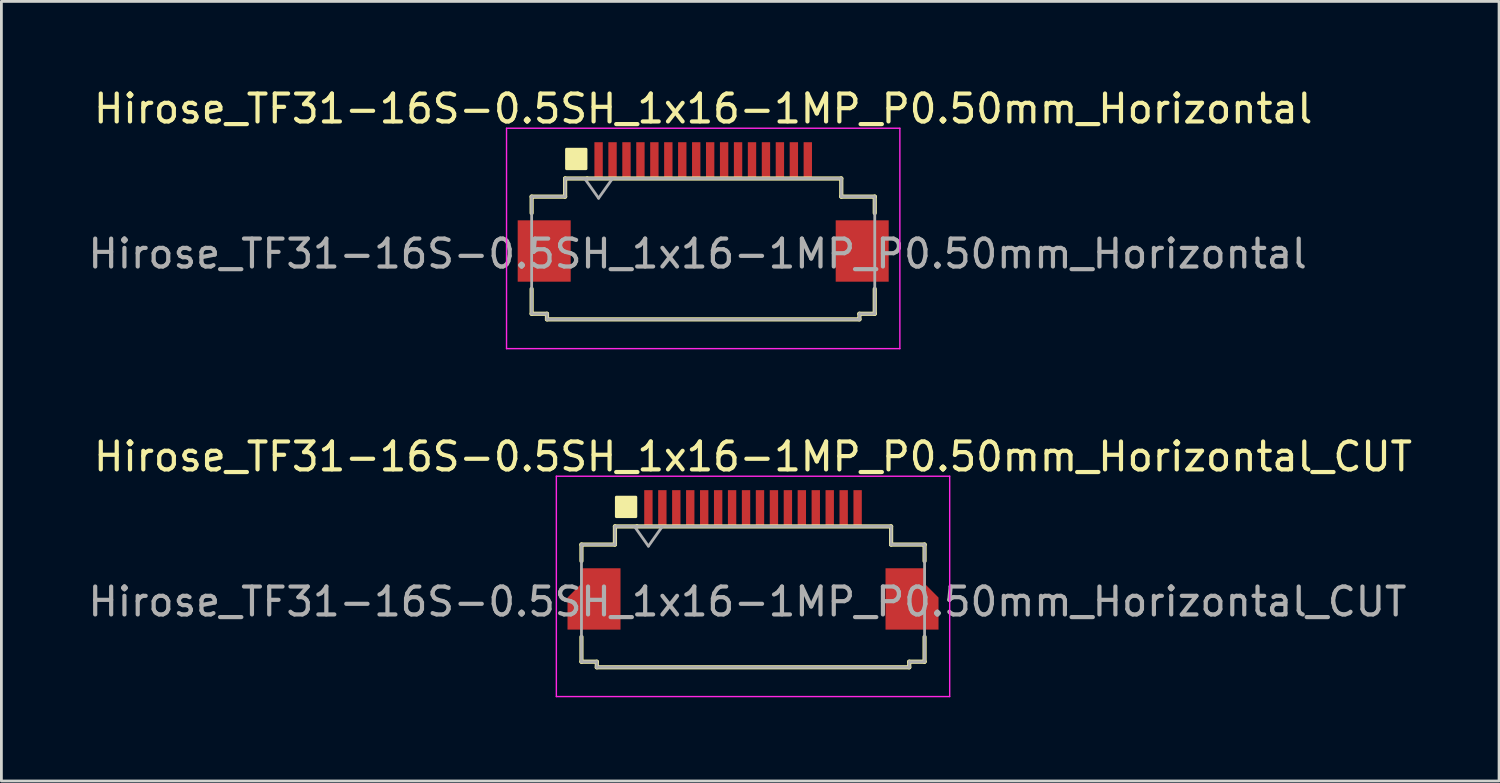
<source format=kicad_pcb>
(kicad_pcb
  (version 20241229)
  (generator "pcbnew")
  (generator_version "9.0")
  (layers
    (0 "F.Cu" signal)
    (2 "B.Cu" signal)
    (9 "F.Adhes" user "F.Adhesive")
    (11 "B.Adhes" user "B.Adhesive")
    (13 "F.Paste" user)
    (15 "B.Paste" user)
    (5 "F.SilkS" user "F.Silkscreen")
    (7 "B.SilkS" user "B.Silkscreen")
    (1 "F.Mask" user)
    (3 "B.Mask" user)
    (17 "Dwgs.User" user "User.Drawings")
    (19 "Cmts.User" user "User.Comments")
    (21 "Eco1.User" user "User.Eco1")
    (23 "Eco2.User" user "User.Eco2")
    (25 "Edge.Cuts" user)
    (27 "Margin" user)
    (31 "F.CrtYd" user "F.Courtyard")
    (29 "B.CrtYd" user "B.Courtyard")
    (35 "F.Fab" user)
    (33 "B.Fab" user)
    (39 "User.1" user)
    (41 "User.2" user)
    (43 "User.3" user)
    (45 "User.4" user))
  (footprint "Hirose_TF31-16S-0.5SH_1x16-1MP_P0.50mm_Horizontal"
    (layer "F.Cu")
    (at 22.158 4.548)
    (property "Reference" "Hirose_TF31-16S-0.5SH_1x16-1MP_P0.50mm_Horizontal" (at 0 -3.7 0) (layer "F.SilkS") (effects (font (size 1 1) (thickness 0.15))))
    (attr smd)
    (fp_line (start -6.15 -0.55) (end -6.15 0.04) (stroke (width 0.15) (type solid)) (layer "F.SilkS"))
    (fp_line (start -6.15 2.76) (end -6.15 3.65) (stroke (width 0.15) (type solid)) (layer "F.SilkS"))
    (fp_line (start -6.15 3.65) (end -5.6 3.65) (stroke (width 0.15) (type solid)) (layer "F.SilkS"))
    (fp_line (start -5.6 3.65) (end -5.6 3.85) (stroke (width 0.15) (type solid)) (layer "F.SilkS"))
    (fp_line (start -5.6 3.85) (end 5.6 3.85) (stroke (width 0.15) (type solid)) (layer "F.SilkS"))
    (fp_line (start -4.95 -1.2) (end -4.95 -0.55) (stroke (width 0.15) (type default)) (layer "F.SilkS"))
    (fp_line (start -4.95 -0.55) (end -6.15 -0.55) (stroke (width 0.15) (type default)) (layer "F.SilkS"))
    (fp_line (start -4.16 -1.2) (end -4.95 -1.2) (stroke (width 0.15) (type solid)) (layer "F.SilkS"))
    (fp_line (start -4.16 -1.2) (end 4.95 -1.2) (stroke (width 0.15) (type solid)) (layer "F.SilkS"))
    (fp_line (start 4.95 -1.2) (end 4.95 -0.55) (stroke (width 0.15) (type default)) (layer "F.SilkS"))
    (fp_line (start 4.95 -0.55) (end 6.15 -0.55) (stroke (width 0.15) (type default)) (layer "F.SilkS"))
    (fp_line (start 5.6 3.65) (end 5.6 3.85) (stroke (width 0.15) (type solid)) (layer "F.SilkS"))
    (fp_line (start 6.15 -0.55) (end 6.15 0.04) (stroke (width 0.15) (type solid)) (layer "F.SilkS"))
    (fp_line (start 6.15 2.76) (end 6.15 3.65) (stroke (width 0.15) (type solid)) (layer "F.SilkS"))
    (fp_line (start 6.15 3.65) (end 5.6 3.65) (stroke (width 0.15) (type solid)) (layer "F.SilkS"))
    (fp_rect (start -4.9 -2.25) (end -4.2 -1.55) (stroke (width 0.1) (type solid)) (fill yes) (layer "F.SilkS"))
    (fp_line (start -7.05 -3) (end -7.05 4.9) (stroke (width 0.05) (type solid)) (layer "F.CrtYd"))
    (fp_line (start -7.05 4.9) (end 7.05 4.9) (stroke (width 0.05) (type solid)) (layer "F.CrtYd"))
    (fp_line (start 7.05 -3) (end -7.05 -3) (stroke (width 0.05) (type solid)) (layer "F.CrtYd"))
    (fp_line (start 7.05 4.9) (end 7.05 -3) (stroke (width 0.05) (type solid)) (layer "F.CrtYd"))
    (fp_line (start -6.15 -0.55) (end -4.95 -0.55) (stroke (width 0.1) (type default)) (layer "F.Fab"))
    (fp_line (start -6.15 3.65) (end -6.15 -0.55) (stroke (width 0.1) (type default)) (layer "F.Fab"))
    (fp_line (start -5.6 3.65) (end -6.15 3.65) (stroke (width 0.1) (type default)) (layer "F.Fab"))
    (fp_line (start -5.6 3.85) (end -5.6 3.65) (stroke (width 0.1) (type default)) (layer "F.Fab"))
    (fp_line (start -4.95 -1.2) (end 4.95 -1.2) (stroke (width 0.1) (type default)) (layer "F.Fab"))
    (fp_line (start -4.95 -0.55) (end -4.95 -1.2) (stroke (width 0.1) (type default)) (layer "F.Fab"))
    (fp_line (start -4.25 -1.2) (end -3.75 -0.493) (stroke (width 0.1) (type solid)) (layer "F.Fab"))
    (fp_line (start -3.75 -0.493) (end -3.25 -1.2) (stroke (width 0.1) (type solid)) (layer "F.Fab"))
    (fp_line (start 4.95 -1.2) (end 4.95 -0.55) (stroke (width 0.1) (type default)) (layer "F.Fab"))
    (fp_line (start 4.95 -0.55) (end 6.15 -0.55) (stroke (width 0.1) (type default)) (layer "F.Fab"))
    (fp_line (start 5.6 3.65) (end 5.6 3.85) (stroke (width 0.1) (type default)) (layer "F.Fab"))
    (fp_line (start 5.6 3.85) (end -5.6 3.85) (stroke (width 0.1) (type default)) (layer "F.Fab"))
    (fp_line (start 6.15 -0.55) (end 6.15 3.65) (stroke (width 0.1) (type default)) (layer "F.Fab"))
    (fp_line (start 6.15 3.65) (end 5.6 3.65) (stroke (width 0.1) (type default)) (layer "F.Fab"))
    (fp_text user "${REFERENCE}" (at -0.2 1.5 0) (layer "F.Fab") (effects (font (size 1 1) (thickness 0.15))))
    (pad "1" smd rect (at -3.75 -1.85) (size 0.3 1.3) (layers "F.Cu" "F.Mask" "F.Paste"))
    (pad "2" smd rect (at -3.25 -1.85) (size 0.3 1.3) (layers "F.Cu" "F.Mask" "F.Paste"))
    (pad "3" smd rect (at -2.75 -1.85) (size 0.3 1.3) (layers "F.Cu" "F.Mask" "F.Paste"))
    (pad "4" smd rect (at -2.25 -1.85) (size 0.3 1.3) (layers "F.Cu" "F.Mask" "F.Paste"))
    (pad "5" smd rect (at -1.75 -1.85) (size 0.3 1.3) (layers "F.Cu" "F.Mask" "F.Paste"))
    (pad "6" smd rect (at -1.25 -1.85) (size 0.3 1.3) (layers "F.Cu" "F.Mask" "F.Paste"))
    (pad "7" smd rect (at -0.75 -1.85) (size 0.3 1.3) (layers "F.Cu" "F.Mask" "F.Paste"))
    (pad "8" smd rect (at -0.25 -1.85) (size 0.3 1.3) (layers "F.Cu" "F.Mask" "F.Paste"))
    (pad "9" smd rect (at 0.25 -1.85) (size 0.3 1.3) (layers "F.Cu" "F.Mask" "F.Paste"))
    (pad "10" smd rect (at 0.75 -1.85) (size 0.3 1.3) (layers "F.Cu" "F.Mask" "F.Paste"))
    (pad "11" smd rect (at 1.25 -1.85) (size 0.3 1.3) (layers "F.Cu" "F.Mask" "F.Paste"))
    (pad "12" smd rect (at 1.75 -1.85) (size 0.3 1.3) (layers "F.Cu" "F.Mask" "F.Paste"))
    (pad "13" smd rect (at 2.25 -1.85) (size 0.3 1.3) (layers "F.Cu" "F.Mask" "F.Paste"))
    (pad "14" smd rect (at 2.75 -1.85) (size 0.3 1.3) (layers "F.Cu" "F.Mask" "F.Paste"))
    (pad "15" smd rect (at 3.25 -1.85) (size 0.3 1.3) (layers "F.Cu" "F.Mask" "F.Paste"))
    (pad "16" smd rect (at 3.75 -1.85) (size 0.3 1.3) (layers "F.Cu" "F.Mask" "F.Paste"))
    (pad "MP" smd rect (at -5.7 1.4) (size 1.9 2.2) (layers "F.Cu" "F.Mask" "F.Paste"))
    (pad "MP" smd rect (at 5.7 1.4) (size 1.9 2.2) (layers "F.Cu" "F.Mask" "F.Paste")))
  (footprint "Hirose_TF31-16S-0.5SH_1x16-1MP_P0.50mm_Horizontal_CUT"
    (layer "F.Cu")
    (at 23.944 17.021)
    (property "Reference" "Hirose_TF31-16S-0.5SH_1x16-1MP_P0.50mm_Horizontal_CUT" (at 0 -3.7 0) (layer "F.SilkS") (effects (font (size 1 1) (thickness 0.15))))
    (attr smd)
    (fp_poly (pts (xy -6.15 2.5) (xy -6.65 2.5) (xy -6.65 1.35) (xy -6.15 0.85)) (stroke (width 0) (type solid)) (fill yes) (layer "F.Cu"))
    (fp_poly (pts (xy 6.15 2.5) (xy 6.65 2.5) (xy 6.65 1.35) (xy 6.15 0.85)) (stroke (width 0) (type solid)) (fill yes) (layer "F.Cu"))
    (fp_poly (pts (xy -6.15 2.5) (xy -6.65 2.5) (xy -6.65 1.35) (xy -6.15 0.85)) (stroke (width 0) (type solid)) (fill yes) (layer "F.Mask"))
    (fp_poly (pts (xy 6.15 2.5) (xy 6.65 2.5) (xy 6.65 1.35) (xy 6.15 0.85)) (stroke (width 0) (type solid)) (fill yes) (layer "F.Mask"))
    (fp_line (start -6.15 -0.55) (end -6.15 0.04) (stroke (width 0.15) (type solid)) (layer "F.SilkS"))
    (fp_line (start -6.15 2.76) (end -6.15 3.65) (stroke (width 0.15) (type solid)) (layer "F.SilkS"))
    (fp_line (start -6.15 3.65) (end -5.6 3.65) (stroke (width 0.15) (type solid)) (layer "F.SilkS"))
    (fp_line (start -5.6 3.65) (end -5.6 3.85) (stroke (width 0.15) (type solid)) (layer "F.SilkS"))
    (fp_line (start -5.6 3.85) (end 5.6 3.85) (stroke (width 0.15) (type solid)) (layer "F.SilkS"))
    (fp_line (start -4.95 -1.2) (end -4.95 -0.55) (stroke (width 0.15) (type default)) (layer "F.SilkS"))
    (fp_line (start -4.95 -0.55) (end -6.15 -0.55) (stroke (width 0.15) (type default)) (layer "F.SilkS"))
    (fp_line (start -4.16 -1.2) (end -4.95 -1.2) (stroke (width 0.15) (type solid)) (layer "F.SilkS"))
    (fp_line (start -4.16 -1.2) (end 4.95 -1.2) (stroke (width 0.15) (type solid)) (layer "F.SilkS"))
    (fp_line (start 4.95 -1.2) (end 4.95 -0.55) (stroke (width 0.15) (type default)) (layer "F.SilkS"))
    (fp_line (start 4.95 -0.55) (end 6.15 -0.55) (stroke (width 0.15) (type default)) (layer "F.SilkS"))
    (fp_line (start 5.6 3.65) (end 5.6 3.85) (stroke (width 0.15) (type solid)) (layer "F.SilkS"))
    (fp_line (start 6.15 -0.55) (end 6.15 0.04) (stroke (width 0.15) (type solid)) (layer "F.SilkS"))
    (fp_line (start 6.15 2.76) (end 6.15 3.65) (stroke (width 0.15) (type solid)) (layer "F.SilkS"))
    (fp_line (start 6.15 3.65) (end 5.6 3.65) (stroke (width 0.15) (type solid)) (layer "F.SilkS"))
    (fp_rect (start -4.9 -2.25) (end -4.2 -1.55) (stroke (width 0.1) (type solid)) (fill yes) (layer "F.SilkS"))
    (fp_poly (pts (xy -6.15 2.5) (xy -6.65 2.5) (xy -6.65 1.35) (xy -6.15 0.85)) (stroke (width 0) (type solid)) (fill yes) (layer "F.Paste"))
    (fp_poly (pts (xy 6.15 2.5) (xy 6.65 2.5) (xy 6.65 1.35) (xy 6.15 0.85)) (stroke (width 0) (type solid)) (fill yes) (layer "F.Paste"))
    (fp_line (start -7.05 -3) (end -7.05 4.9) (stroke (width 0.05) (type solid)) (layer "F.CrtYd"))
    (fp_line (start -7.05 4.9) (end 7.05 4.9) (stroke (width 0.05) (type solid)) (layer "F.CrtYd"))
    (fp_line (start 7.05 -3) (end -7.05 -3) (stroke (width 0.05) (type solid)) (layer "F.CrtYd"))
    (fp_line (start 7.05 4.9) (end 7.05 -3) (stroke (width 0.05) (type solid)) (layer "F.CrtYd"))
    (fp_line (start -6.15 -0.55) (end -4.95 -0.55) (stroke (width 0.1) (type default)) (layer "F.Fab"))
    (fp_line (start -6.15 3.65) (end -6.15 -0.55) (stroke (width 0.1) (type default)) (layer "F.Fab"))
    (fp_line (start -5.6 3.65) (end -6.15 3.65) (stroke (width 0.1) (type default)) (layer "F.Fab"))
    (fp_line (start -5.6 3.85) (end -5.6 3.65) (stroke (width 0.1) (type default)) (layer "F.Fab"))
    (fp_line (start -4.95 -1.2) (end 4.95 -1.2) (stroke (width 0.1) (type default)) (layer "F.Fab"))
    (fp_line (start -4.95 -0.55) (end -4.95 -1.2) (stroke (width 0.1) (type default)) (layer "F.Fab"))
    (fp_line (start -4.25 -1.2) (end -3.75 -0.493) (stroke (width 0.1) (type solid)) (layer "F.Fab"))
    (fp_line (start -3.75 -0.493) (end -3.25 -1.2) (stroke (width 0.1) (type solid)) (layer "F.Fab"))
    (fp_line (start 4.95 -1.2) (end 4.95 -0.55) (stroke (width 0.1) (type default)) (layer "F.Fab"))
    (fp_line (start 4.95 -0.55) (end 6.15 -0.55) (stroke (width 0.1) (type default)) (layer "F.Fab"))
    (fp_line (start 5.6 3.65) (end 5.6 3.85) (stroke (width 0.1) (type default)) (layer "F.Fab"))
    (fp_line (start 5.6 3.85) (end -5.6 3.85) (stroke (width 0.1) (type default)) (layer "F.Fab"))
    (fp_line (start 6.15 -0.55) (end 6.15 3.65) (stroke (width 0.1) (type default)) (layer "F.Fab"))
    (fp_line (start 6.15 3.65) (end 5.6 3.65) (stroke (width 0.1) (type default)) (layer "F.Fab"))
    (fp_text user "${REFERENCE}" (at -0.2 1.5 0) (layer "F.Fab") (effects (font (size 1 1) (thickness 0.15))))
    (pad "1" smd rect (at -3.75 -1.85) (size 0.3 1.3) (layers "F.Cu" "F.Mask" "F.Paste"))
    (pad "2" smd rect (at -3.25 -1.85) (size 0.3 1.3) (layers "F.Cu" "F.Mask" "F.Paste"))
    (pad "3" smd rect (at -2.75 -1.85) (size 0.3 1.3) (layers "F.Cu" "F.Mask" "F.Paste"))
    (pad "4" smd rect (at -2.25 -1.85) (size 0.3 1.3) (layers "F.Cu" "F.Mask" "F.Paste"))
    (pad "5" smd rect (at -1.75 -1.85) (size 0.3 1.3) (layers "F.Cu" "F.Mask" "F.Paste"))
    (pad "6" smd rect (at -1.25 -1.85) (size 0.3 1.3) (layers "F.Cu" "F.Mask" "F.Paste"))
    (pad "7" smd rect (at -0.75 -1.85) (size 0.3 1.3) (layers "F.Cu" "F.Mask" "F.Paste"))
    (pad "8" smd rect (at -0.25 -1.85) (size 0.3 1.3) (layers "F.Cu" "F.Mask" "F.Paste"))
    (pad "9" smd rect (at 0.25 -1.85) (size 0.3 1.3) (layers "F.Cu" "F.Mask" "F.Paste"))
    (pad "10" smd rect (at 0.75 -1.85) (size 0.3 1.3) (layers "F.Cu" "F.Mask" "F.Paste"))
    (pad "11" smd rect (at 1.25 -1.85) (size 0.3 1.3) (layers "F.Cu" "F.Mask" "F.Paste"))
    (pad "12" smd rect (at 1.75 -1.85) (size 0.3 1.3) (layers "F.Cu" "F.Mask" "F.Paste"))
    (pad "13" smd rect (at 2.25 -1.85) (size 0.3 1.3) (layers "F.Cu" "F.Mask" "F.Paste"))
    (pad "14" smd rect (at 2.75 -1.85) (size 0.3 1.3) (layers "F.Cu" "F.Mask" "F.Paste"))
    (pad "15" smd rect (at 3.25 -1.85) (size 0.3 1.3) (layers "F.Cu" "F.Mask" "F.Paste"))
    (pad "16" smd rect (at 3.75 -1.85) (size 0.3 1.3) (layers "F.Cu" "F.Mask" "F.Paste"))
    (pad "MP" smd rect (at -5.475 1.4) (size 1.45 2.2) (layers "F.Cu" "F.Mask" "F.Paste"))
    (pad "MP" smd rect (at 5.475 1.4) (size 1.45 2.2) (layers "F.Cu" "F.Mask" "F.Paste")))
  (gr_rect
    (start -3 -3)
    (end 50.688 24.947)
    (stroke (width 0.1) (type default))
    (fill no)
    (layer "Edge.Cuts")))
</source>
